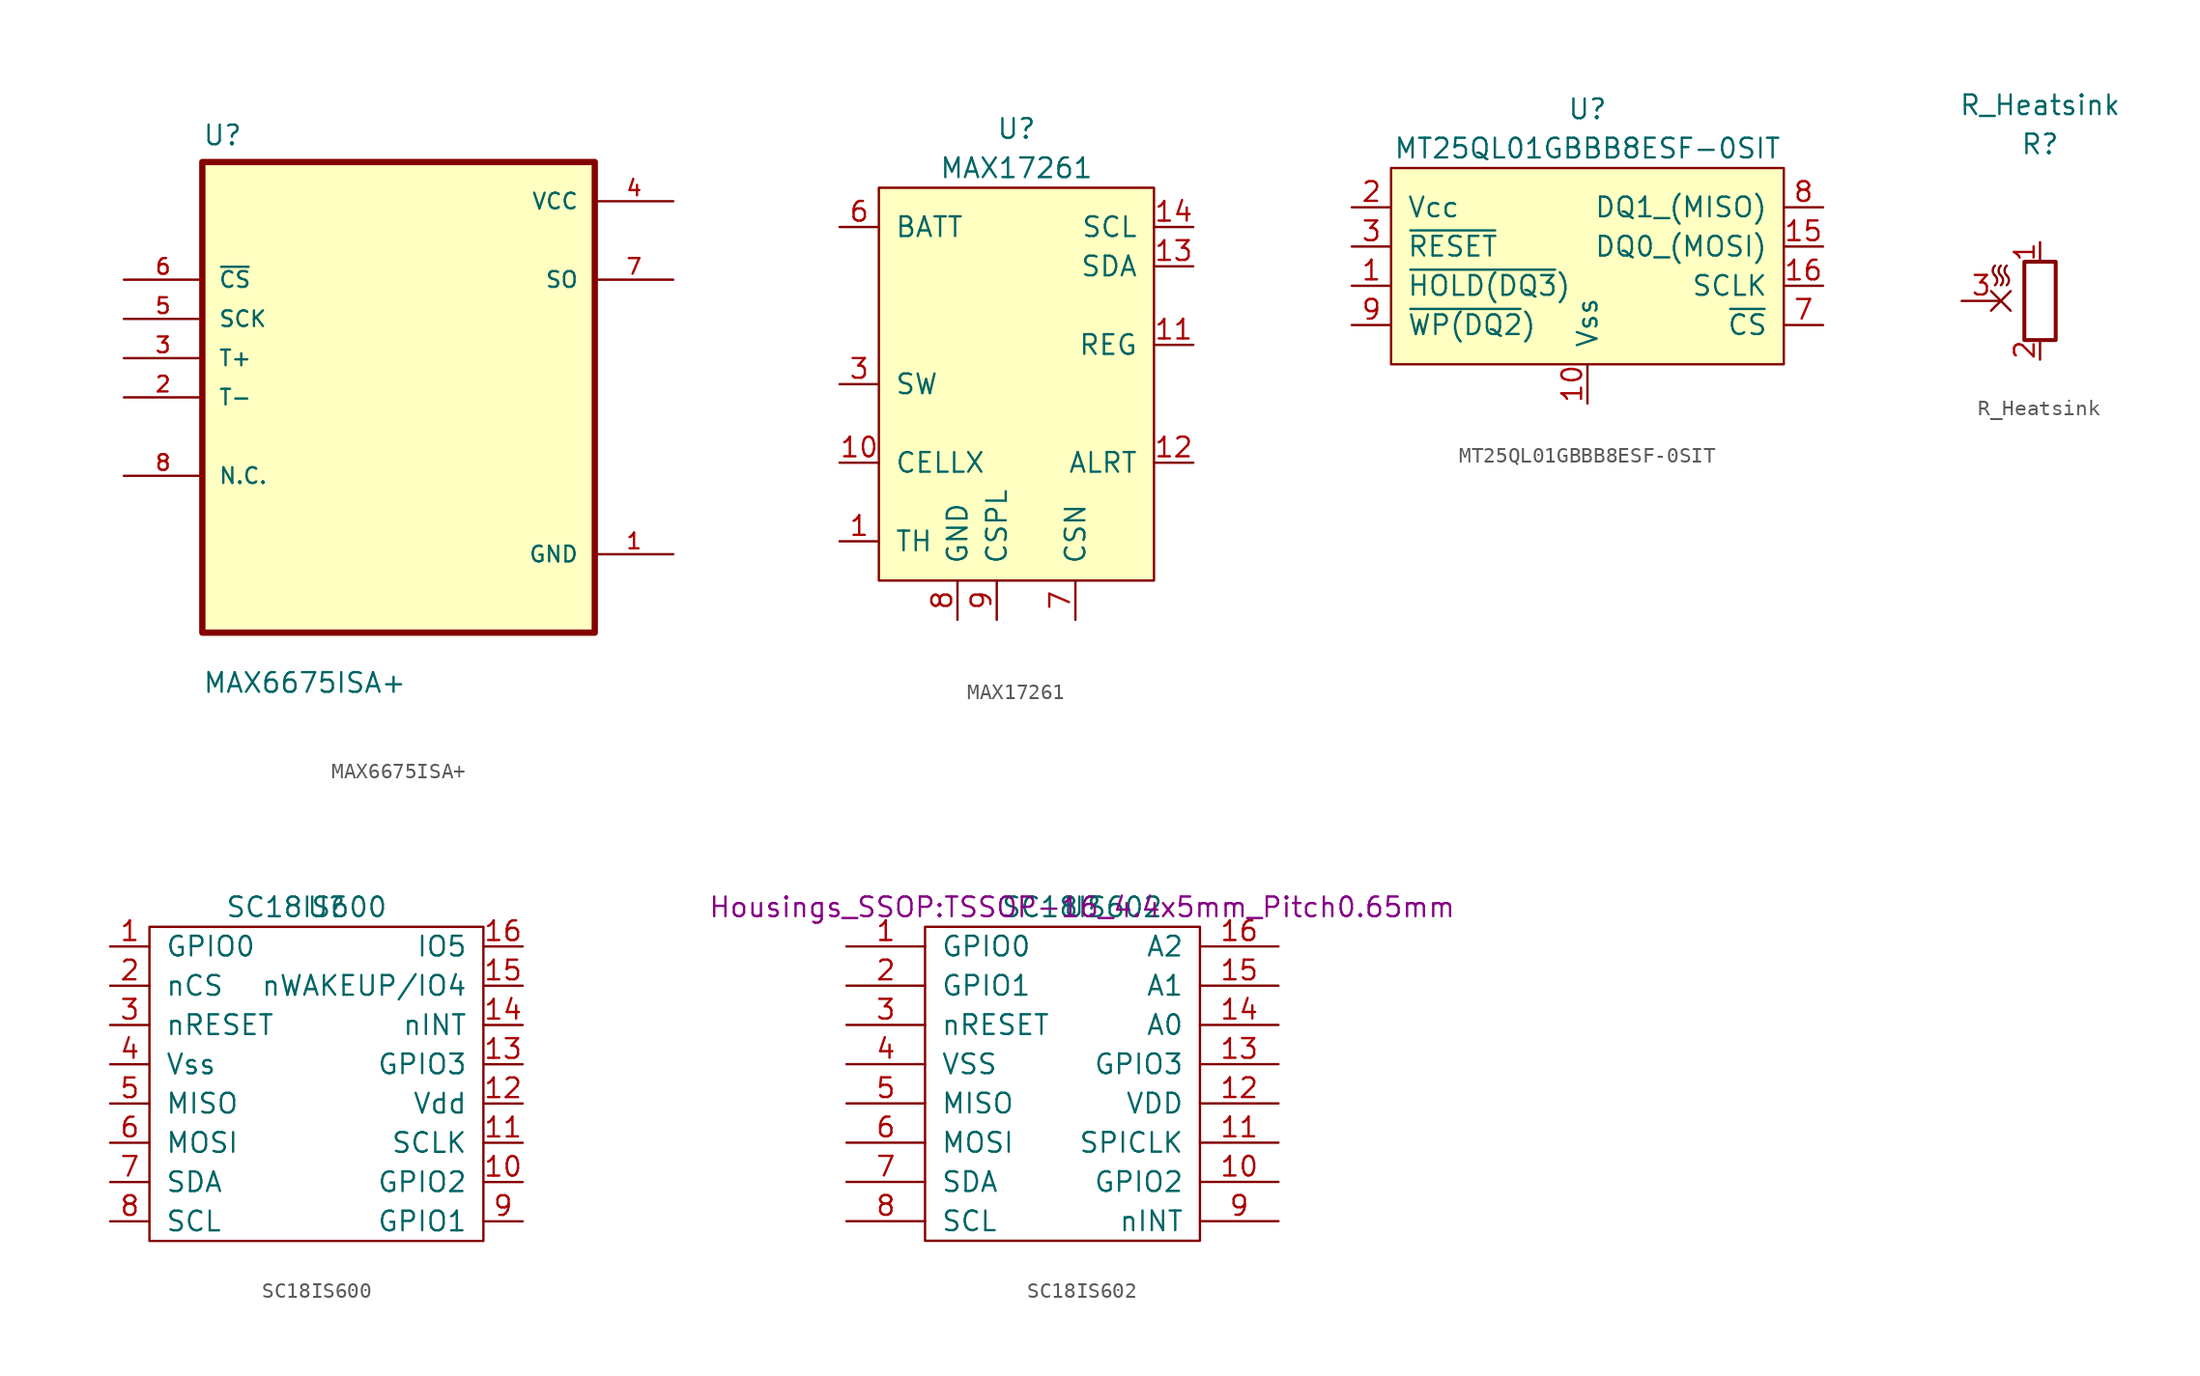
<source format=kicad_sym>
(kicad_symbol_lib
  (version 20211014)
  (generator kicad_symbol_editor)
  (symbol "MAX6675ISA+"
    (pin_names
      (offset 1.016))
    (property "Reference" "U"
      (at -12.7 16.231 0)
      (effects (font (size 1.27 1.27)) (justify left bottom)))
    (property "Value" "MAX6675ISA+"
      (at -12.7 -19.228 0)
      (effects (font (size 1.27 1.27)) (justify left bottom)))
    (property "ki_locked" ""
      (at 0 0 0)
      (effects (font (size 1.27 1.27))))
    (symbol "MAX6675ISA+_0_0"
      (rectangle (start -12.7 -15.24) (end 12.7 15.24) (stroke (width 0.406) (type default) (color 0 0 0 0)) (fill (type background)))
      (pin power_in line (at 17.78 -10.16 180) (length 5.08) (name "GND" (effects (font (size 1.016 1.016)))) (number "1" (effects (font (size 1.016 1.016)))))
      (pin input line (at -17.78 0 0) (length 5.08) (name "T-" (effects (font (size 1.016 1.016)))) (number "2" (effects (font (size 1.016 1.016)))))
      (pin input line (at -17.78 2.54 0) (length 5.08) (name "T+" (effects (font (size 1.016 1.016)))) (number "3" (effects (font (size 1.016 1.016)))))
      (pin power_in line (at 17.78 12.7 180) (length 5.08) (name "VCC" (effects (font (size 1.016 1.016)))) (number "4" (effects (font (size 1.016 1.016)))))
      (pin input line (at -17.78 5.08 0) (length 5.08) (name "SCK" (effects (font (size 1.016 1.016)))) (number "5" (effects (font (size 1.016 1.016)))))
      (pin input line (at -17.78 7.62 0) (length 5.08) (name "~{CS}" (effects (font (size 1.016 1.016)))) (number "6" (effects (font (size 1.016 1.016)))))
      (pin output line (at 17.78 7.62 180) (length 5.08) (name "SO" (effects (font (size 1.016 1.016)))) (number "7" (effects (font (size 1.016 1.016)))))
      (pin bidirectional line (at -17.78 -5.08 0) (length 5.08) (name "N.C." (effects (font (size 1.016 1.016)))) (number "8" (effects (font (size 1.016 1.016)))))))
  (symbol "MAX17261"
    (pin_names
      (offset 1.016))
    (property "Reference" "U"
      (at 0 16.51 0)
      (effects (font (size 1.27 1.27))))
    (property "Value" "MAX17261"
      (at 0 13.97 0)
      (effects (font (size 1.27 1.27))))
    (symbol "MAX17261_0_1"
      (rectangle (start -8.89 12.7) (end 8.89 -12.7) (stroke (width 0) (type default) (color 0 0 0 0)) (fill (type background))))
    (symbol "MAX17261_1_1"
      (pin input line (at -11.43 -10.16 0) (length 2.54) (name "TH" (effects (font (size 1.27 1.27)))) (number "1" (effects (font (size 1.27 1.27)))))
      (pin input line (at -11.43 -5.08 0) (length 2.54) (name "CELLX" (effects (font (size 1.27 1.27)))) (number "10" (effects (font (size 1.27 1.27)))))
      (pin output line (at 11.43 2.54 180) (length 2.54) (name "REG" (effects (font (size 1.27 1.27)))) (number "11" (effects (font (size 1.27 1.27)))))
      (pin output line (at 11.43 -5.08 180) (length 2.54) (name "ALRT" (effects (font (size 1.27 1.27)))) (number "12" (effects (font (size 1.27 1.27)))))
      (pin bidirectional line (at 11.43 7.62 180) (length 2.54) (name "SDA" (effects (font (size 1.27 1.27)))) (number "13" (effects (font (size 1.27 1.27)))))
      (pin input line (at 11.43 10.16 180) (length 2.54) (name "SCL" (effects (font (size 1.27 1.27)))) (number "14" (effects (font (size 1.27 1.27)))))
      (pin input line (at -3.81 -15.24 90) (length 2.54) hide (name "~" (effects (font (size 1.27 1.27)))) (number "15" (effects (font (size 1.27 1.27)))))
      (pin no_connect line (at -2.54 -2.54 180) (length 2.54) hide (name "NC" (effects (font (size 1.27 1.27)))) (number "2" (effects (font (size 1.27 1.27)))))
      (pin output line (at -11.43 0 0) (length 2.54) (name "SW" (effects (font (size 1.27 1.27)))) (number "3" (effects (font (size 1.27 1.27)))))
      (pin no_connect line (at -2.54 0 180) (length 2.54) hide (name "NC" (effects (font (size 1.27 1.27)))) (number "4" (effects (font (size 1.27 1.27)))))
      (pin no_connect line (at -2.54 2.54 180) (length 2.54) hide (name "NC" (effects (font (size 1.27 1.27)))) (number "5" (effects (font (size 1.27 1.27)))))
      (pin power_in line (at -11.43 10.16 0) (length 2.54) (name "BATT" (effects (font (size 1.27 1.27)))) (number "6" (effects (font (size 1.27 1.27)))))
      (pin input line (at 3.81 -15.24 90) (length 2.54) (name "CSN" (effects (font (size 1.27 1.27)))) (number "7" (effects (font (size 1.27 1.27)))))
      (pin power_in line (at -3.81 -15.24 90) (length 2.54) (name "GND" (effects (font (size 1.27 1.27)))) (number "8" (effects (font (size 1.27 1.27)))))
      (pin input line (at -1.27 -15.24 90) (length 2.54) (name "CSPL" (effects (font (size 1.27 1.27)))) (number "9" (effects (font (size 1.27 1.27)))))))
  (symbol "MT25QL01GBBB8ESF-0SIT"
    (pin_names
      (offset 1.016))
    (property "Reference" "U"
      (at 0 10.16 0)
      (effects (font (size 1.27 1.27))))
    (property "Value" "MT25QL01GBBB8ESF-0SIT"
      (at 0 7.62 0)
      (effects (font (size 1.27 1.27))))
    (symbol "MT25QL01GBBB8ESF-0SIT_0_1"
      (rectangle (start -12.7 6.35) (end 12.7 -6.35) (stroke (width 0) (type default) (color 0 0 0 0)) (fill (type background))))
    (symbol "MT25QL01GBBB8ESF-0SIT_1_1"
      (pin input line (at -15.24 -1.27 0) (length 2.54) (name "~{HOLD(DQ3})" (effects (font (size 1.27 1.27)))) (number "1" (effects (font (size 1.27 1.27)))))
      (pin power_in line (at 0 -8.89 90) (length 2.54) (name "Vss" (effects (font (size 1.27 1.27)))) (number "10" (effects (font (size 1.27 1.27)))))
      (pin no_connect line (at 0 3.81 270) (length 2.54) hide (name "DNU" (effects (font (size 1.27 1.27)))) (number "11" (effects (font (size 1.27 1.27)))))
      (pin no_connect line (at 2.54 3.81 270) (length 2.54) hide (name "DNU" (effects (font (size 1.27 1.27)))) (number "12" (effects (font (size 1.27 1.27)))))
      (pin no_connect line (at 5.08 3.81 270) (length 2.54) hide (name "DNU" (effects (font (size 1.27 1.27)))) (number "13" (effects (font (size 1.27 1.27)))))
      (pin no_connect line (at 7.62 3.81 270) (length 2.54) hide (name "DNU" (effects (font (size 1.27 1.27)))) (number "14" (effects (font (size 1.27 1.27)))))
      (pin input line (at 15.24 1.27 180) (length 2.54) (name "DQ0_(MOSI)" (effects (font (size 1.27 1.27)))) (number "15" (effects (font (size 1.27 1.27)))))
      (pin input line (at 15.24 -1.27 180) (length 2.54) (name "SCLK" (effects (font (size 1.27 1.27)))) (number "16" (effects (font (size 1.27 1.27)))))
      (pin power_in line (at -15.24 3.81 0) (length 2.54) (name "Vcc" (effects (font (size 1.27 1.27)))) (number "2" (effects (font (size 1.27 1.27)))))
      (pin input line (at -15.24 1.27 0) (length 2.54) (name "~{RESET}" (effects (font (size 1.27 1.27)))) (number "3" (effects (font (size 1.27 1.27)))))
      (pin no_connect line (at -7.62 3.81 270) (length 2.54) hide (name "DNU" (effects (font (size 1.27 1.27)))) (number "4" (effects (font (size 1.27 1.27)))))
      (pin no_connect line (at -5.08 3.81 270) (length 2.54) hide (name "DNU" (effects (font (size 1.27 1.27)))) (number "5" (effects (font (size 1.27 1.27)))))
      (pin no_connect line (at -2.54 3.81 270) (length 2.54) hide (name "DNU" (effects (font (size 1.27 1.27)))) (number "6" (effects (font (size 1.27 1.27)))))
      (pin input line (at 15.24 -3.81 180) (length 2.54) (name "~{CS}" (effects (font (size 1.27 1.27)))) (number "7" (effects (font (size 1.27 1.27)))))
      (pin input line (at 15.24 3.81 180) (length 2.54) (name "DQ1_(MISO)" (effects (font (size 1.27 1.27)))) (number "8" (effects (font (size 1.27 1.27)))))
      (pin input line (at -15.24 -3.81 0) (length 2.54) (name "~{WP(DQ2})" (effects (font (size 1.27 1.27)))) (number "9" (effects (font (size 1.27 1.27)))))))
  (symbol "R_Heatsink"
    (pin_names
      (offset 1.016))
    (property "Reference" "R"
      (at 0 -2.54 0)
      (effects (font (size 1.27 1.27))))
    (property "Value" "R_Heatsink"
      (at 0 0 0)
      (effects (font (size 1.27 1.27))))
    (symbol "R_Heatsink_0_1"
      (arc (start -2.159 -11.684) (mid -2.0163 -11.3715) (end -2.159 -11.049) (stroke (width 0) (type default) (color 0 0 0 0)) (fill (type none))))
    (symbol "R_Heatsink_1_1"
      (arc (start -2.921 -11.684) (mid -2.7783 -11.3715) (end -2.921 -11.049) (stroke (width 0) (type default) (color 0 0 0 0)) (fill (type none)))
      (arc (start -2.921 -10.414) (mid -3.0637 -10.7265) (end -2.921 -11.049) (stroke (width 0) (type default) (color 0 0 0 0)) (fill (type none)))
      (arc (start -2.54 -11.684) (mid -2.3973 -11.3715) (end -2.54 -11.049) (stroke (width 0) (type default) (color 0 0 0 0)) (fill (type none)))
      (arc (start -2.54 -10.414) (mid -2.6827 -10.7265) (end -2.54 -11.049) (stroke (width 0) (type default) (color 0 0 0 0)) (fill (type none)))
      (arc (start -2.159 -10.414) (mid -2.3017 -10.7265) (end -2.159 -11.049) (stroke (width 0) (type default) (color 0 0 0 0)) (fill (type none)))
      (rectangle (start -1.016 -15.24) (end 1.016 -10.16) (stroke (width 0.254) (type default) (color 0 0 0 0)) (fill (type none)))
      (pin passive line (at 0 -8.89 270) (length 1.27) (name "~" (effects (font (size 1.27 1.27)))) (number "1" (effects (font (size 1.27 1.27)))))
      (pin passive line (at 0 -16.51 90) (length 1.27) (name "~" (effects (font (size 1.27 1.27)))) (number "2" (effects (font (size 1.27 1.27)))))
      (pin passive non_logic (at -5.08 -12.7 0) (length 2.54) (name "~" (effects (font (size 1.27 1.27)))) (number "3" (effects (font (size 1.27 1.27)))))))
  (symbol "SC18IS600"
    (pin_names
      (offset 1.016))
    (property "Reference" "U"
      (at 1.27 11.43 0)
      (effects (font (size 1.27 1.27))))
    (property "Value" "SC18IS600"
      (at 0 11.43 0)
      (effects (font (size 1.27 1.27))))
    (symbol "SC18IS600_0_1"
      (rectangle (start -10.16 10.16) (end 11.43 -10.16) (stroke (width 0) (type default) (color 0 0 0 0)) (fill (type none))))
    (symbol "SC18IS600_1_1"
      (pin bidirectional line (at -12.7 8.89 0) (length 2.54) (name "GPIO0" (effects (font (size 1.27 1.27)))) (number "1" (effects (font (size 1.27 1.27)))))
      (pin bidirectional line (at 13.97 -6.35 180) (length 2.54) (name "GPIO2" (effects (font (size 1.27 1.27)))) (number "10" (effects (font (size 1.27 1.27)))))
      (pin input line (at 13.97 -3.81 180) (length 2.54) (name "SCLK" (effects (font (size 1.27 1.27)))) (number "11" (effects (font (size 1.27 1.27)))))
      (pin power_in line (at 13.97 -1.27 180) (length 2.54) (name "Vdd" (effects (font (size 1.27 1.27)))) (number "12" (effects (font (size 1.27 1.27)))))
      (pin bidirectional line (at 13.97 1.27 180) (length 2.54) (name "GPIO3" (effects (font (size 1.27 1.27)))) (number "13" (effects (font (size 1.27 1.27)))))
      (pin output line (at 13.97 3.81 180) (length 2.54) (name "nINT" (effects (font (size 1.27 1.27)))) (number "14" (effects (font (size 1.27 1.27)))))
      (pin bidirectional line (at 13.97 6.35 180) (length 2.54) (name "nWAKEUP/IO4" (effects (font (size 1.27 1.27)))) (number "15" (effects (font (size 1.27 1.27)))))
      (pin bidirectional line (at 13.97 8.89 180) (length 2.54) (name "IO5" (effects (font (size 1.27 1.27)))) (number "16" (effects (font (size 1.27 1.27)))))
      (pin input line (at -12.7 6.35 0) (length 2.54) (name "nCS" (effects (font (size 1.27 1.27)))) (number "2" (effects (font (size 1.27 1.27)))))
      (pin input line (at -12.7 3.81 0) (length 2.54) (name "nRESET" (effects (font (size 1.27 1.27)))) (number "3" (effects (font (size 1.27 1.27)))))
      (pin power_in line (at -12.7 1.27 0) (length 2.54) (name "Vss" (effects (font (size 1.27 1.27)))) (number "4" (effects (font (size 1.27 1.27)))))
      (pin output line (at -12.7 -1.27 0) (length 2.54) (name "MISO" (effects (font (size 1.27 1.27)))) (number "5" (effects (font (size 1.27 1.27)))))
      (pin input line (at -12.7 -3.81 0) (length 2.54) (name "MOSI" (effects (font (size 1.27 1.27)))) (number "6" (effects (font (size 1.27 1.27)))))
      (pin bidirectional line (at -12.7 -6.35 0) (length 2.54) (name "SDA" (effects (font (size 1.27 1.27)))) (number "7" (effects (font (size 1.27 1.27)))))
      (pin output line (at -12.7 -8.89 0) (length 2.54) (name "SCL" (effects (font (size 1.27 1.27)))) (number "8" (effects (font (size 1.27 1.27)))))
      (pin bidirectional line (at 13.97 -8.89 180) (length 2.54) (name "GPIO1" (effects (font (size 1.27 1.27)))) (number "9" (effects (font (size 1.27 1.27)))))))
  (symbol "SC18IS602"
    (pin_names
      (offset 1.016))
    (property "Reference" "U"
      (at 1.27 11.43 0)
      (effects (font (size 1.27 1.27))))
    (property "Value" "SC18IS602"
      (at 1.27 11.43 0)
      (effects (font (size 1.27 1.27))))
    (property "Footprint" "Housings_SSOP:TSSOP-16_4.4x5mm_Pitch0.65mm"
      (at 1.27 11.43 0)
      (effects (font (size 1.27 1.27))))
    (symbol "SC18IS602_0_1"
      (rectangle (start 8.89 10.16) (end -8.89 -10.16) (stroke (width 0) (type default) (color 0 0 0 0)) (fill (type none))))
    (symbol "SC18IS602_1_1"
      (pin bidirectional line (at -13.97 8.89 0) (length 5.08) (name "GPIO0" (effects (font (size 1.27 1.27)))) (number "1" (effects (font (size 1.27 1.27)))))
      (pin bidirectional line (at 13.97 -6.35 180) (length 5.08) (name "GPIO2" (effects (font (size 1.27 1.27)))) (number "10" (effects (font (size 1.27 1.27)))))
      (pin output line (at 13.97 -3.81 180) (length 5.08) (name "SPICLK" (effects (font (size 1.27 1.27)))) (number "11" (effects (font (size 1.27 1.27)))))
      (pin power_in line (at 13.97 -1.27 180) (length 5.08) (name "VDD" (effects (font (size 1.27 1.27)))) (number "12" (effects (font (size 1.27 1.27)))))
      (pin bidirectional line (at 13.97 1.27 180) (length 5.08) (name "GPIO3" (effects (font (size 1.27 1.27)))) (number "13" (effects (font (size 1.27 1.27)))))
      (pin input line (at 13.97 3.81 180) (length 5.08) (name "A0" (effects (font (size 1.27 1.27)))) (number "14" (effects (font (size 1.27 1.27)))))
      (pin input line (at 13.97 6.35 180) (length 5.08) (name "A1" (effects (font (size 1.27 1.27)))) (number "15" (effects (font (size 1.27 1.27)))))
      (pin input line (at 13.97 8.89 180) (length 5.08) (name "A2" (effects (font (size 1.27 1.27)))) (number "16" (effects (font (size 1.27 1.27)))))
      (pin bidirectional line (at -13.97 6.35 0) (length 5.08) (name "GPIO1" (effects (font (size 1.27 1.27)))) (number "2" (effects (font (size 1.27 1.27)))))
      (pin input line (at -13.97 3.81 0) (length 5.08) (name "nRESET" (effects (font (size 1.27 1.27)))) (number "3" (effects (font (size 1.27 1.27)))))
      (pin power_in line (at -13.97 1.27 0) (length 5.08) (name "VSS" (effects (font (size 1.27 1.27)))) (number "4" (effects (font (size 1.27 1.27)))))
      (pin input line (at -13.97 -1.27 0) (length 5.08) (name "MISO" (effects (font (size 1.27 1.27)))) (number "5" (effects (font (size 1.27 1.27)))))
      (pin output line (at -13.97 -3.81 0) (length 5.08) (name "MOSI" (effects (font (size 1.27 1.27)))) (number "6" (effects (font (size 1.27 1.27)))))
      (pin bidirectional line (at -13.97 -6.35 0) (length 5.08) (name "SDA" (effects (font (size 1.27 1.27)))) (number "7" (effects (font (size 1.27 1.27)))))
      (pin input line (at -13.97 -8.89 0) (length 5.08) (name "SCL" (effects (font (size 1.27 1.27)))) (number "8" (effects (font (size 1.27 1.27)))))
      (pin output line (at 13.97 -8.89 180) (length 5.08) (name "nINT" (effects (font (size 1.27 1.27)))) (number "9" (effects (font (size 1.27 1.27))))))))
</source>
